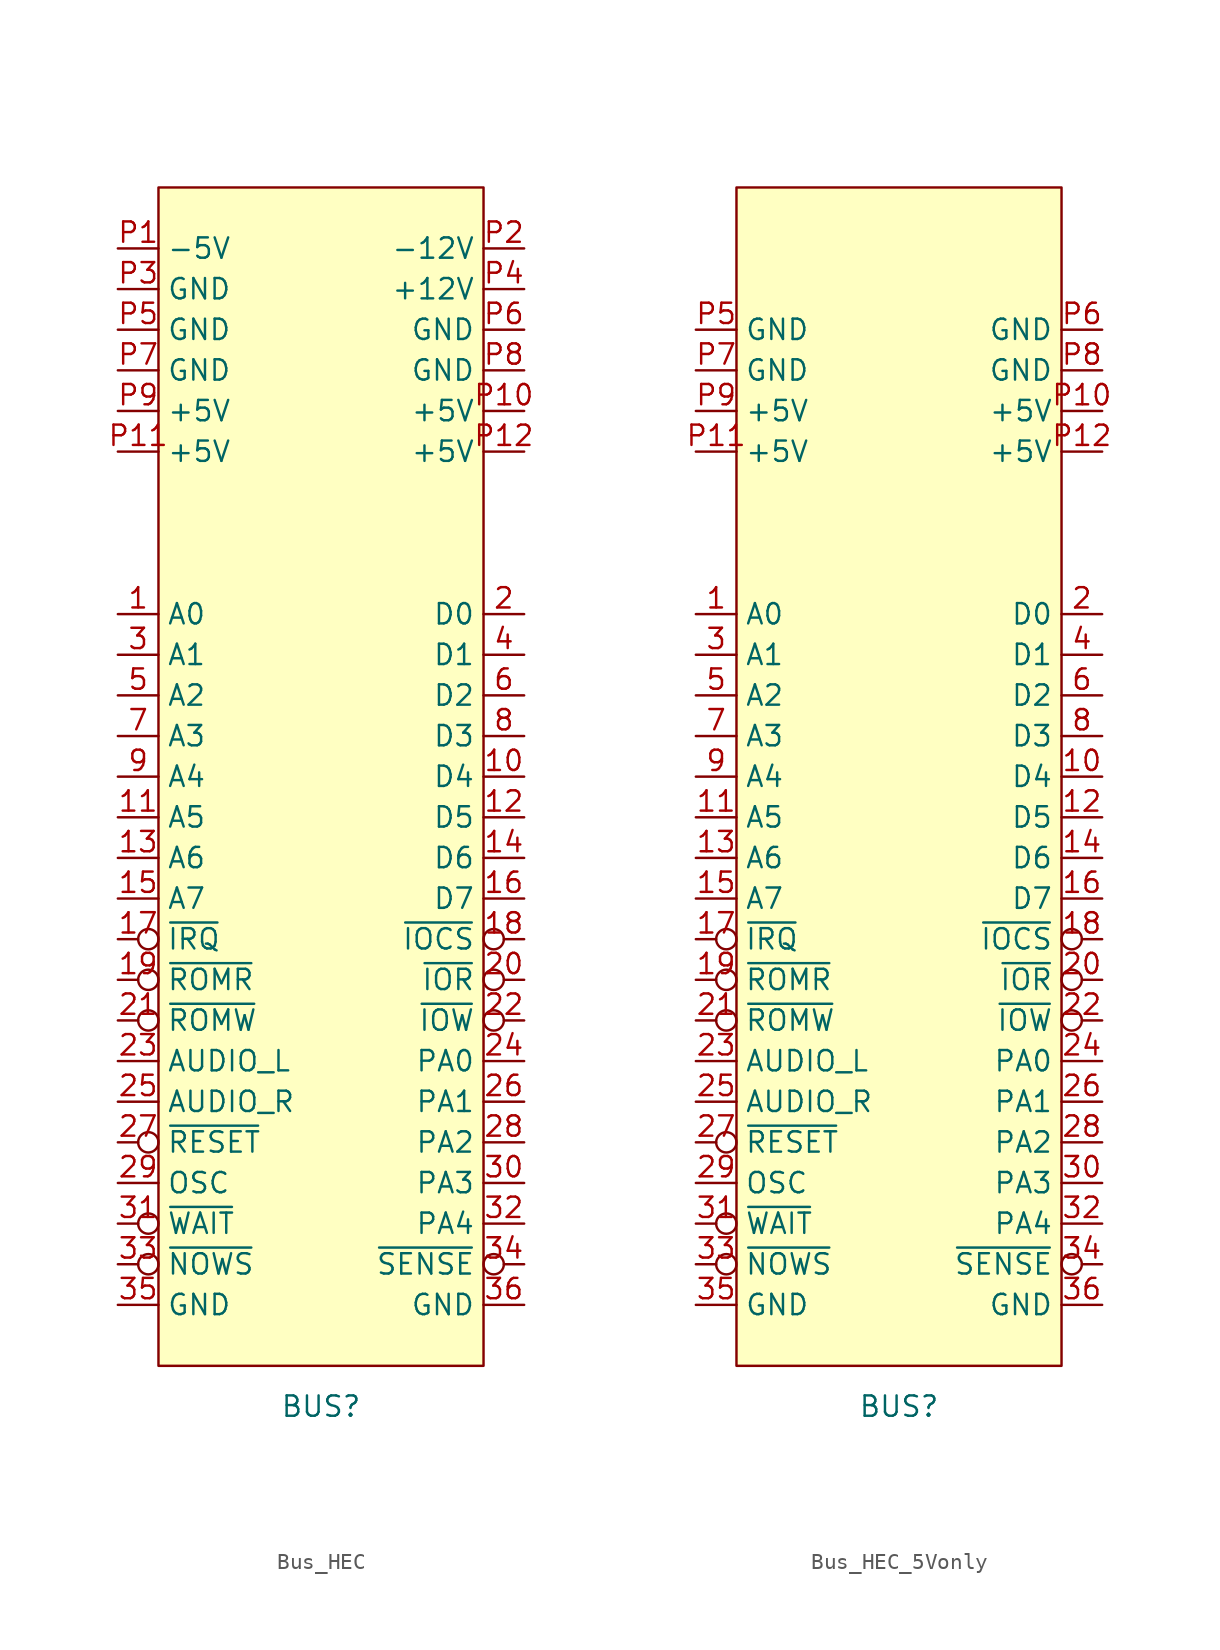
<source format=kicad_sym>
(kicad_symbol_lib
  (version 20220914)
  (generator kicad_symbol_editor)
  (symbol "Bus_HEC"
    (property "Reference" "BUS"
      (at 0 -39.37 0)
      (effects (font (size 1.27 1.27))))
    (property "Value" ""
      (at 0 0 0)
      (effects (font (size 1.27 1.27))))
    (symbol "Bus_HEC_1_1"
      (rectangle (start -10.16 36.83) (end 10.16 -36.83) (stroke (width 0) (type default)) (fill (type background)))
      (pin input line (at -12.7 10.16 0) (length 2.54) (name "A0" (effects (font (size 1.27 1.27)))) (number "1" (effects (font (size 1.27 1.27)))))
      (pin tri_state line (at 12.7 0 180) (length 2.54) (name "D4" (effects (font (size 1.27 1.27)))) (number "10" (effects (font (size 1.27 1.27)))))
      (pin input line (at -12.7 -2.54 0) (length 2.54) (name "A5" (effects (font (size 1.27 1.27)))) (number "11" (effects (font (size 1.27 1.27)))))
      (pin tri_state line (at 12.7 -2.54 180) (length 2.54) (name "D5" (effects (font (size 1.27 1.27)))) (number "12" (effects (font (size 1.27 1.27)))))
      (pin input line (at -12.7 -5.08 0) (length 2.54) (name "A6" (effects (font (size 1.27 1.27)))) (number "13" (effects (font (size 1.27 1.27)))))
      (pin tri_state line (at 12.7 -5.08 180) (length 2.54) (name "D6" (effects (font (size 1.27 1.27)))) (number "14" (effects (font (size 1.27 1.27)))))
      (pin input line (at -12.7 -7.62 0) (length 2.54) (name "A7" (effects (font (size 1.27 1.27)))) (number "15" (effects (font (size 1.27 1.27)))))
      (pin tri_state line (at 12.7 -7.62 180) (length 2.54) (name "D7" (effects (font (size 1.27 1.27)))) (number "16" (effects (font (size 1.27 1.27)))))
      (pin output inverted (at -12.7 -10.16 0) (length 2.54) (name "~{IRQ}" (effects (font (size 1.27 1.27)))) (number "17" (effects (font (size 1.27 1.27)))))
      (pin input inverted (at 12.7 -10.16 180) (length 2.54) (name "~{IOCS}" (effects (font (size 1.27 1.27)))) (number "18" (effects (font (size 1.27 1.27)))))
      (pin input inverted (at -12.7 -12.7 0) (length 2.54) (name "~{ROMR}" (effects (font (size 1.27 1.27)))) (number "19" (effects (font (size 1.27 1.27)))))
      (pin tri_state line (at 12.7 10.16 180) (length 2.54) (name "D0" (effects (font (size 1.27 1.27)))) (number "2" (effects (font (size 1.27 1.27)))))
      (pin input inverted (at 12.7 -12.7 180) (length 2.54) (name "~{IOR}" (effects (font (size 1.27 1.27)))) (number "20" (effects (font (size 1.27 1.27)))))
      (pin input inverted (at -12.7 -15.24 0) (length 2.54) (name "~{ROMW}" (effects (font (size 1.27 1.27)))) (number "21" (effects (font (size 1.27 1.27)))))
      (pin input inverted (at 12.7 -15.24 180) (length 2.54) (name "~{IOW}" (effects (font (size 1.27 1.27)))) (number "22" (effects (font (size 1.27 1.27)))))
      (pin input line (at -12.7 -17.78 0) (length 2.54) (name "AUDIO_L" (effects (font (size 1.27 1.27)))) (number "23" (effects (font (size 1.27 1.27)))))
      (pin input line (at 12.7 -17.78 180) (length 2.54) (name "PA0" (effects (font (size 1.27 1.27)))) (number "24" (effects (font (size 1.27 1.27)))))
      (pin input line (at -12.7 -20.32 0) (length 2.54) (name "AUDIO_R" (effects (font (size 1.27 1.27)))) (number "25" (effects (font (size 1.27 1.27)))))
      (pin input line (at 12.7 -20.32 180) (length 2.54) (name "PA1" (effects (font (size 1.27 1.27)))) (number "26" (effects (font (size 1.27 1.27)))))
      (pin input inverted (at -12.7 -22.86 0) (length 2.54) (name "~{RESET}" (effects (font (size 1.27 1.27)))) (number "27" (effects (font (size 1.27 1.27)))))
      (pin input line (at 12.7 -22.86 180) (length 2.54) (name "PA2" (effects (font (size 1.27 1.27)))) (number "28" (effects (font (size 1.27 1.27)))))
      (pin input line (at -12.7 -25.4 0) (length 2.54) (name "OSC" (effects (font (size 1.27 1.27)))) (number "29" (effects (font (size 1.27 1.27)))))
      (pin input line (at -12.7 7.62 0) (length 2.54) (name "A1" (effects (font (size 1.27 1.27)))) (number "3" (effects (font (size 1.27 1.27)))))
      (pin input line (at 12.7 -25.4 180) (length 2.54) (name "PA3" (effects (font (size 1.27 1.27)))) (number "30" (effects (font (size 1.27 1.27)))))
      (pin output inverted (at -12.7 -27.94 0) (length 2.54) (name "~{WAIT}" (effects (font (size 1.27 1.27)))) (number "31" (effects (font (size 1.27 1.27)))))
      (pin input line (at 12.7 -27.94 180) (length 2.54) (name "PA4" (effects (font (size 1.27 1.27)))) (number "32" (effects (font (size 1.27 1.27)))))
      (pin output inverted (at -12.7 -30.48 0) (length 2.54) (name "~{NOWS}" (effects (font (size 1.27 1.27)))) (number "33" (effects (font (size 1.27 1.27)))))
      (pin output inverted (at 12.7 -30.48 180) (length 2.54) (name "~{SENSE}" (effects (font (size 1.27 1.27)))) (number "34" (effects (font (size 1.27 1.27)))))
      (pin power_in line (at -12.7 -33.02 0) (length 2.54) (name "GND" (effects (font (size 1.27 1.27)))) (number "35" (effects (font (size 1.27 1.27)))))
      (pin power_in line (at 12.7 -33.02 180) (length 2.54) (name "GND" (effects (font (size 1.27 1.27)))) (number "36" (effects (font (size 1.27 1.27)))))
      (pin tri_state line (at 12.7 7.62 180) (length 2.54) (name "D1" (effects (font (size 1.27 1.27)))) (number "4" (effects (font (size 1.27 1.27)))))
      (pin input line (at -12.7 5.08 0) (length 2.54) (name "A2" (effects (font (size 1.27 1.27)))) (number "5" (effects (font (size 1.27 1.27)))))
      (pin tri_state line (at 12.7 5.08 180) (length 2.54) (name "D2" (effects (font (size 1.27 1.27)))) (number "6" (effects (font (size 1.27 1.27)))))
      (pin input line (at -12.7 2.54 0) (length 2.54) (name "A3" (effects (font (size 1.27 1.27)))) (number "7" (effects (font (size 1.27 1.27)))))
      (pin tri_state line (at 12.7 2.54 180) (length 2.54) (name "D3" (effects (font (size 1.27 1.27)))) (number "8" (effects (font (size 1.27 1.27)))))
      (pin input line (at -12.7 0 0) (length 2.54) (name "A4" (effects (font (size 1.27 1.27)))) (number "9" (effects (font (size 1.27 1.27)))))
      (pin power_in line (at -12.7 33.02 0) (length 2.54) (name "-5V" (effects (font (size 1.27 1.27)))) (number "P1" (effects (font (size 1.27 1.27)))))
      (pin power_in line (at 12.7 22.86 180) (length 2.54) (name "+5V" (effects (font (size 1.27 1.27)))) (number "P10" (effects (font (size 1.27 1.27)))))
      (pin power_in line (at -12.7 20.32 0) (length 2.54) (name "+5V" (effects (font (size 1.27 1.27)))) (number "P11" (effects (font (size 1.27 1.27)))))
      (pin power_in line (at 12.7 20.32 180) (length 2.54) (name "+5V" (effects (font (size 1.27 1.27)))) (number "P12" (effects (font (size 1.27 1.27)))))
      (pin power_in line (at 12.7 33.02 180) (length 2.54) (name "-12V" (effects (font (size 1.27 1.27)))) (number "P2" (effects (font (size 1.27 1.27)))))
      (pin power_in line (at -12.7 30.48 0) (length 2.54) (name "GND" (effects (font (size 1.27 1.27)))) (number "P3" (effects (font (size 1.27 1.27)))))
      (pin power_in line (at 12.7 30.48 180) (length 2.54) (name "+12V" (effects (font (size 1.27 1.27)))) (number "P4" (effects (font (size 1.27 1.27)))))
      (pin power_in line (at -12.7 27.94 0) (length 2.54) (name "GND" (effects (font (size 1.27 1.27)))) (number "P5" (effects (font (size 1.27 1.27)))))
      (pin power_in line (at 12.7 27.94 180) (length 2.54) (name "GND" (effects (font (size 1.27 1.27)))) (number "P6" (effects (font (size 1.27 1.27)))))
      (pin power_in line (at -12.7 25.4 0) (length 2.54) (name "GND" (effects (font (size 1.27 1.27)))) (number "P7" (effects (font (size 1.27 1.27)))))
      (pin power_in line (at 12.7 25.4 180) (length 2.54) (name "GND" (effects (font (size 1.27 1.27)))) (number "P8" (effects (font (size 1.27 1.27)))))
      (pin power_in line (at -12.7 22.86 0) (length 2.54) (name "+5V" (effects (font (size 1.27 1.27)))) (number "P9" (effects (font (size 1.27 1.27)))))))
  (symbol "Bus_HEC_5Vonly"
    (property "Reference" "BUS"
      (at 0 -39.37 0)
      (effects (font (size 1.27 1.27))))
    (property "Value" ""
      (at 0 0 0)
      (effects (font (size 1.27 1.27))))
    (symbol "Bus_HEC_5Vonly_1_1"
      (rectangle (start -10.16 36.83) (end 10.16 -36.83) (stroke (width 0) (type default)) (fill (type background)))
      (pin input line (at -12.7 10.16 0) (length 2.54) (name "A0" (effects (font (size 1.27 1.27)))) (number "1" (effects (font (size 1.27 1.27)))))
      (pin tri_state line (at 12.7 0 180) (length 2.54) (name "D4" (effects (font (size 1.27 1.27)))) (number "10" (effects (font (size 1.27 1.27)))))
      (pin input line (at -12.7 -2.54 0) (length 2.54) (name "A5" (effects (font (size 1.27 1.27)))) (number "11" (effects (font (size 1.27 1.27)))))
      (pin tri_state line (at 12.7 -2.54 180) (length 2.54) (name "D5" (effects (font (size 1.27 1.27)))) (number "12" (effects (font (size 1.27 1.27)))))
      (pin input line (at -12.7 -5.08 0) (length 2.54) (name "A6" (effects (font (size 1.27 1.27)))) (number "13" (effects (font (size 1.27 1.27)))))
      (pin tri_state line (at 12.7 -5.08 180) (length 2.54) (name "D6" (effects (font (size 1.27 1.27)))) (number "14" (effects (font (size 1.27 1.27)))))
      (pin input line (at -12.7 -7.62 0) (length 2.54) (name "A7" (effects (font (size 1.27 1.27)))) (number "15" (effects (font (size 1.27 1.27)))))
      (pin tri_state line (at 12.7 -7.62 180) (length 2.54) (name "D7" (effects (font (size 1.27 1.27)))) (number "16" (effects (font (size 1.27 1.27)))))
      (pin output inverted (at -12.7 -10.16 0) (length 2.54) (name "~{IRQ}" (effects (font (size 1.27 1.27)))) (number "17" (effects (font (size 1.27 1.27)))))
      (pin input inverted (at 12.7 -10.16 180) (length 2.54) (name "~{IOCS}" (effects (font (size 1.27 1.27)))) (number "18" (effects (font (size 1.27 1.27)))))
      (pin input inverted (at -12.7 -12.7 0) (length 2.54) (name "~{ROMR}" (effects (font (size 1.27 1.27)))) (number "19" (effects (font (size 1.27 1.27)))))
      (pin tri_state line (at 12.7 10.16 180) (length 2.54) (name "D0" (effects (font (size 1.27 1.27)))) (number "2" (effects (font (size 1.27 1.27)))))
      (pin input inverted (at 12.7 -12.7 180) (length 2.54) (name "~{IOR}" (effects (font (size 1.27 1.27)))) (number "20" (effects (font (size 1.27 1.27)))))
      (pin input inverted (at -12.7 -15.24 0) (length 2.54) (name "~{ROMW}" (effects (font (size 1.27 1.27)))) (number "21" (effects (font (size 1.27 1.27)))))
      (pin input inverted (at 12.7 -15.24 180) (length 2.54) (name "~{IOW}" (effects (font (size 1.27 1.27)))) (number "22" (effects (font (size 1.27 1.27)))))
      (pin input line (at -12.7 -17.78 0) (length 2.54) (name "AUDIO_L" (effects (font (size 1.27 1.27)))) (number "23" (effects (font (size 1.27 1.27)))))
      (pin input line (at 12.7 -17.78 180) (length 2.54) (name "PA0" (effects (font (size 1.27 1.27)))) (number "24" (effects (font (size 1.27 1.27)))))
      (pin input line (at -12.7 -20.32 0) (length 2.54) (name "AUDIO_R" (effects (font (size 1.27 1.27)))) (number "25" (effects (font (size 1.27 1.27)))))
      (pin input line (at 12.7 -20.32 180) (length 2.54) (name "PA1" (effects (font (size 1.27 1.27)))) (number "26" (effects (font (size 1.27 1.27)))))
      (pin input inverted (at -12.7 -22.86 0) (length 2.54) (name "~{RESET}" (effects (font (size 1.27 1.27)))) (number "27" (effects (font (size 1.27 1.27)))))
      (pin input line (at 12.7 -22.86 180) (length 2.54) (name "PA2" (effects (font (size 1.27 1.27)))) (number "28" (effects (font (size 1.27 1.27)))))
      (pin input line (at -12.7 -25.4 0) (length 2.54) (name "OSC" (effects (font (size 1.27 1.27)))) (number "29" (effects (font (size 1.27 1.27)))))
      (pin input line (at -12.7 7.62 0) (length 2.54) (name "A1" (effects (font (size 1.27 1.27)))) (number "3" (effects (font (size 1.27 1.27)))))
      (pin input line (at 12.7 -25.4 180) (length 2.54) (name "PA3" (effects (font (size 1.27 1.27)))) (number "30" (effects (font (size 1.27 1.27)))))
      (pin output inverted (at -12.7 -27.94 0) (length 2.54) (name "~{WAIT}" (effects (font (size 1.27 1.27)))) (number "31" (effects (font (size 1.27 1.27)))))
      (pin input line (at 12.7 -27.94 180) (length 2.54) (name "PA4" (effects (font (size 1.27 1.27)))) (number "32" (effects (font (size 1.27 1.27)))))
      (pin output inverted (at -12.7 -30.48 0) (length 2.54) (name "~{NOWS}" (effects (font (size 1.27 1.27)))) (number "33" (effects (font (size 1.27 1.27)))))
      (pin output inverted (at 12.7 -30.48 180) (length 2.54) (name "~{SENSE}" (effects (font (size 1.27 1.27)))) (number "34" (effects (font (size 1.27 1.27)))))
      (pin power_in line (at -12.7 -33.02 0) (length 2.54) (name "GND" (effects (font (size 1.27 1.27)))) (number "35" (effects (font (size 1.27 1.27)))))
      (pin power_in line (at 12.7 -33.02 180) (length 2.54) (name "GND" (effects (font (size 1.27 1.27)))) (number "36" (effects (font (size 1.27 1.27)))))
      (pin tri_state line (at 12.7 7.62 180) (length 2.54) (name "D1" (effects (font (size 1.27 1.27)))) (number "4" (effects (font (size 1.27 1.27)))))
      (pin input line (at -12.7 5.08 0) (length 2.54) (name "A2" (effects (font (size 1.27 1.27)))) (number "5" (effects (font (size 1.27 1.27)))))
      (pin tri_state line (at 12.7 5.08 180) (length 2.54) (name "D2" (effects (font (size 1.27 1.27)))) (number "6" (effects (font (size 1.27 1.27)))))
      (pin input line (at -12.7 2.54 0) (length 2.54) (name "A3" (effects (font (size 1.27 1.27)))) (number "7" (effects (font (size 1.27 1.27)))))
      (pin tri_state line (at 12.7 2.54 180) (length 2.54) (name "D3" (effects (font (size 1.27 1.27)))) (number "8" (effects (font (size 1.27 1.27)))))
      (pin input line (at -12.7 0 0) (length 2.54) (name "A4" (effects (font (size 1.27 1.27)))) (number "9" (effects (font (size 1.27 1.27)))))
      (pin power_in line (at 12.7 22.86 180) (length 2.54) (name "+5V" (effects (font (size 1.27 1.27)))) (number "P10" (effects (font (size 1.27 1.27)))))
      (pin power_in line (at -12.7 20.32 0) (length 2.54) (name "+5V" (effects (font (size 1.27 1.27)))) (number "P11" (effects (font (size 1.27 1.27)))))
      (pin power_in line (at 12.7 20.32 180) (length 2.54) (name "+5V" (effects (font (size 1.27 1.27)))) (number "P12" (effects (font (size 1.27 1.27)))))
      (pin power_in line (at -12.7 27.94 0) (length 2.54) (name "GND" (effects (font (size 1.27 1.27)))) (number "P5" (effects (font (size 1.27 1.27)))))
      (pin power_in line (at 12.7 27.94 180) (length 2.54) (name "GND" (effects (font (size 1.27 1.27)))) (number "P6" (effects (font (size 1.27 1.27)))))
      (pin power_in line (at -12.7 25.4 0) (length 2.54) (name "GND" (effects (font (size 1.27 1.27)))) (number "P7" (effects (font (size 1.27 1.27)))))
      (pin power_in line (at 12.7 25.4 180) (length 2.54) (name "GND" (effects (font (size 1.27 1.27)))) (number "P8" (effects (font (size 1.27 1.27)))))
      (pin power_in line (at -12.7 22.86 0) (length 2.54) (name "+5V" (effects (font (size 1.27 1.27)))) (number "P9" (effects (font (size 1.27 1.27))))))))
</source>
